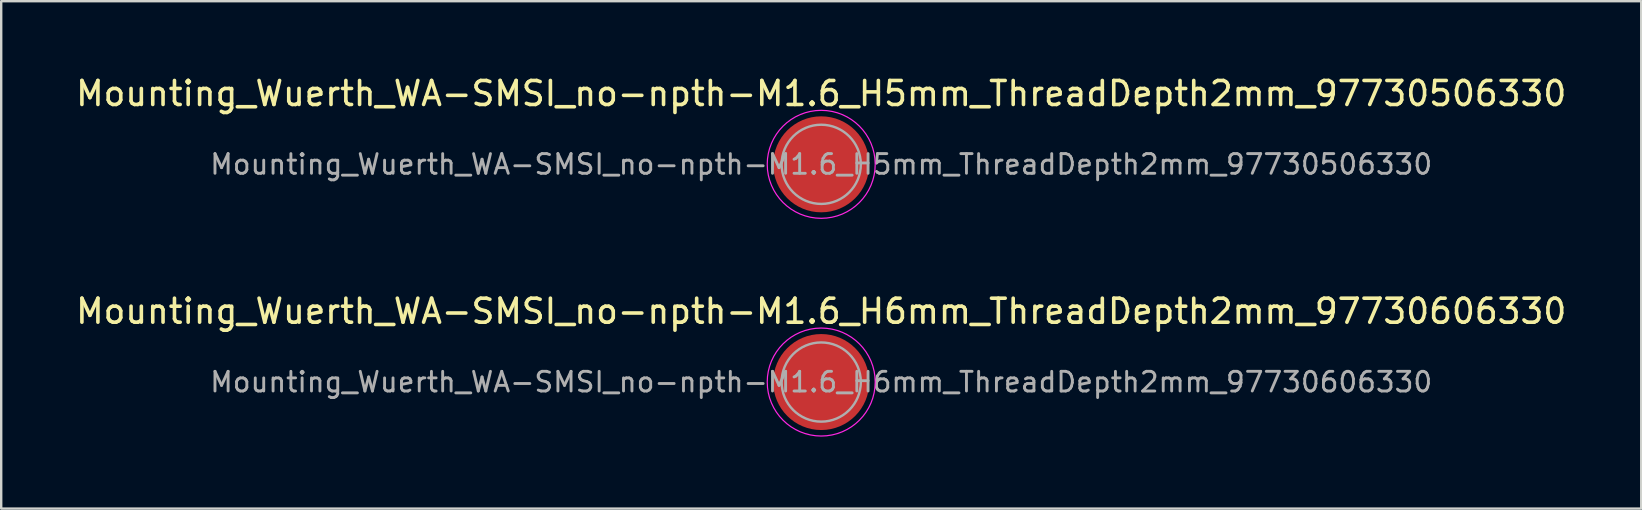
<source format=kicad_pcb>
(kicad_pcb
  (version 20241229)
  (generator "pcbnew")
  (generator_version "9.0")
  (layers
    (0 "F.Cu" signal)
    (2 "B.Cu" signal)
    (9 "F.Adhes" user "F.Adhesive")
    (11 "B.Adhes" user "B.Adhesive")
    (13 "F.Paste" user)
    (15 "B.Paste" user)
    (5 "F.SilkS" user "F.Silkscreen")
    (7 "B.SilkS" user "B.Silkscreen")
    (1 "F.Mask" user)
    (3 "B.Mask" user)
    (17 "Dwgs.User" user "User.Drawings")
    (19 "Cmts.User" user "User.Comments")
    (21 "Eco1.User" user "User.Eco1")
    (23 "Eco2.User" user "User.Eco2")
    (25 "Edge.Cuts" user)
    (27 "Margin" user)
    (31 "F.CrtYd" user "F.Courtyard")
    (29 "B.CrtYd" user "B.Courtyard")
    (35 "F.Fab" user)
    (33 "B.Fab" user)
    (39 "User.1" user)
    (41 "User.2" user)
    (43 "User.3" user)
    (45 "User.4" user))
  (footprint "Mounting_Wuerth_WA-SMSI_no-npth-M1.6_H6mm_ThreadDepth2mm_97730606330"
    (layer "F.Cu")
    (at 31.173 12.871)
    (property "Reference" "Mounting_Wuerth_WA-SMSI_no-npth-M1.6_H6mm_ThreadDepth2mm_97730606330" (at 0 -2.95 0) (layer "F.SilkS") (effects (font (size 1 1) (thickness 0.15))))
    (attr smd)
    (fp_circle (center 0 0) (end 2.25 0) (stroke (width 0.05) (type solid)) (fill no) (layer "F.CrtYd"))
    (fp_circle (center 0 0) (end 1.65 0) (stroke (width 0.1) (type solid)) (fill no) (layer "F.Fab"))
    (fp_text user "${REFERENCE}" (at 0 0 0) (layer "F.Fab") (effects (font (size 0.82 0.82) (thickness 0.12))))
    (pad "" smd custom (at -0.778 -0.778) (size 0.8 0.8) (layers "F.Paste") (options (anchor circle)) (primitives (gr_arc (start 0.465568 0.527817) (mid 0.494975 0.494974) (end 0.527818 0.465567) (width 0.2)) (gr_arc (start 0.344805 0.527817) (mid 0.424264 0.424264) (end 0.527818 0.344805) (width 0.2)) (gr_arc (start 0.232382 0.527817) (mid 0.353553 0.353553) (end 0.527817 0.232382) (width 0.2)) (gr_arc (start 0.123983 0.527817) (mid 0.282843 0.282842) (end 0.527818 0.123983) (width 0.2)) (gr_arc (start 0.017883 0.527817) (mid 0.212132 0.212132) (end 0.527817 0.017883) (width 0.2)) (gr_arc (start -0.086763 0.527817) (mid 0.141421 0.141421) (end 0.527817 -0.086763) (width 0.2)) (gr_arc (start -0.190428 0.527817) (mid 0.070711 0.070711) (end 0.527817 -0.190428) (width 0.2)) (gr_arc (start -0.293397 0.527817) (mid 0 0) (end 0.527817 -0.293397) (width 0.2)) (gr_arc (start -0.395852 0.527817) (mid -0.070711 -0.070711) (end 0.527817 -0.395852) (width 0.2)) (gr_arc (start -0.497918 0.527817) (mid -0.141422 -0.141422) (end 0.527817 -0.497918) (width 0.2)) (gr_arc (start -0.59968 0.527817) (mid -0.212132 -0.212132) (end 0.527817 -0.59968) (width 0.2)) (gr_arc (start -0.701202 0.527817) (mid -0.282843 -0.282843) (end 0.527817 -0.701202) (width 0.2)) (gr_arc (start -0.802531 0.527817) (mid -0.353554 -0.353554) (end 0.527817 -0.802531) (width 0.2)) (gr_arc (start -0.9037 0.527817) (mid -0.424264 -0.424264) (end 0.527817 -0.9037) (width 0.2)) (gr_arc (start -1.004737 0.527817) (mid -0.494975 -0.494975) (end 0.527817 -1.004737) (width 0.2)) (gr_line (start 0.528 0.466) (end 0.528 -1.005) (width 0.2)) (gr_line (start 0.466 0.528) (end -1.005 0.528) (width 0.2))))
    (pad "" smd custom (at -0.778 0.778) (size 0.8 0.8) (layers "F.Paste") (options (anchor circle)) (primitives (gr_arc (start 0.527817 -0.465568) (mid 0.494974 -0.494975) (end 0.465567 -0.527818) (width 0.2)) (gr_arc (start 0.527817 -0.344805) (mid 0.424264 -0.424264) (end 0.344805 -0.527818) (width 0.2)) (gr_arc (start 0.527817 -0.232382) (mid 0.353553 -0.353553) (end 0.232382 -0.527817) (width 0.2)) (gr_arc (start 0.527817 -0.123983) (mid 0.282842 -0.282843) (end 0.123983 -0.527818) (width 0.2)) (gr_arc (start 0.527817 -0.017883) (mid 0.212132 -0.212132) (end 0.017883 -0.527817) (width 0.2)) (gr_arc (start 0.527817 0.086763) (mid 0.141421 -0.141421) (end -0.086763 -0.527817) (width 0.2)) (gr_arc (start 0.527817 0.190428) (mid 0.070711 -0.070711) (end -0.190428 -0.527817) (width 0.2)) (gr_arc (start 0.527817 0.293397) (mid 0 0) (end -0.293397 -0.527817) (width 0.2)) (gr_arc (start 0.527817 0.395852) (mid -0.070711 0.070711) (end -0.395852 -0.527817) (width 0.2)) (gr_arc (start 0.527817 0.497918) (mid -0.141422 0.141422) (end -0.497918 -0.527817) (width 0.2)) (gr_arc (start 0.527817 0.59968) (mid -0.212132 0.212132) (end -0.59968 -0.527817) (width 0.2)) (gr_arc (start 0.527817 0.701202) (mid -0.282843 0.282843) (end -0.701202 -0.527817) (width 0.2)) (gr_arc (start 0.527817 0.802531) (mid -0.353554 0.353554) (end -0.802531 -0.527817) (width 0.2)) (gr_arc (start 0.527817 0.9037) (mid -0.424264 0.424264) (end -0.9037 -0.527817) (width 0.2)) (gr_arc (start 0.527817 1.004737) (mid -0.494975 0.494975) (end -1.004737 -0.527817) (width 0.2)) (gr_line (start 0.466 -0.528) (end -1.005 -0.528) (width 0.2)) (gr_line (start 0.528 -0.466) (end 0.528 1.005) (width 0.2))))
    (pad "" smd custom (at 0.778 -0.778) (size 0.8 0.8) (layers "F.Paste") (options (anchor circle)) (primitives (gr_arc (start -0.527817 0.465568) (mid -0.494974 0.494975) (end -0.465567 0.527818) (width 0.2)) (gr_arc (start -0.527817 0.344805) (mid -0.424264 0.424264) (end -0.344805 0.527818) (width 0.2)) (gr_arc (start -0.527817 0.232382) (mid -0.353553 0.353553) (end -0.232382 0.527817) (width 0.2)) (gr_arc (start -0.527817 0.123983) (mid -0.282842 0.282843) (end -0.123983 0.527818) (width 0.2)) (gr_arc (start -0.527817 0.017883) (mid -0.212132 0.212132) (end -0.017883 0.527817) (width 0.2)) (gr_arc (start -0.527817 -0.086763) (mid -0.141421 0.141421) (end 0.086763 0.527817) (width 0.2)) (gr_arc (start -0.527817 -0.190428) (mid -0.070711 0.070711) (end 0.190428 0.527817) (width 0.2)) (gr_arc (start -0.527817 -0.293397) (mid 0 0) (end 0.293397 0.527817) (width 0.2)) (gr_arc (start -0.527817 -0.395852) (mid 0.070711 -0.070711) (end 0.395852 0.527817) (width 0.2)) (gr_arc (start -0.527817 -0.497918) (mid 0.141422 -0.141422) (end 0.497918 0.527817) (width 0.2)) (gr_arc (start -0.527817 -0.59968) (mid 0.212132 -0.212132) (end 0.59968 0.527817) (width 0.2)) (gr_arc (start -0.527817 -0.701202) (mid 0.282843 -0.282843) (end 0.701202 0.527817) (width 0.2)) (gr_arc (start -0.527817 -0.802531) (mid 0.353554 -0.353554) (end 0.802531 0.527817) (width 0.2)) (gr_arc (start -0.527817 -0.9037) (mid 0.424264 -0.424264) (end 0.9037 0.527817) (width 0.2)) (gr_arc (start -0.527817 -1.004737) (mid 0.494975 -0.494975) (end 1.004737 0.527817) (width 0.2)) (gr_line (start -0.466 0.528) (end 1.005 0.528) (width 0.2)) (gr_line (start -0.528 0.466) (end -0.528 -1.005) (width 0.2))))
    (pad "" smd custom (at 0.778 0.778) (size 0.8 0.8) (layers "F.Paste") (options (anchor circle)) (primitives (gr_arc (start -0.465568 -0.527817) (mid -0.494975 -0.494974) (end -0.527818 -0.465567) (width 0.2)) (gr_arc (start -0.344805 -0.527817) (mid -0.424264 -0.424264) (end -0.527818 -0.344805) (width 0.2)) (gr_arc (start -0.232382 -0.527817) (mid -0.353553 -0.353553) (end -0.527817 -0.232382) (width 0.2)) (gr_arc (start -0.123983 -0.527817) (mid -0.282843 -0.282842) (end -0.527818 -0.123983) (width 0.2)) (gr_arc (start -0.017883 -0.527817) (mid -0.212132 -0.212132) (end -0.527817 -0.017883) (width 0.2)) (gr_arc (start 0.086763 -0.527817) (mid -0.141421 -0.141421) (end -0.527817 0.086763) (width 0.2)) (gr_arc (start 0.190428 -0.527817) (mid -0.070711 -0.070711) (end -0.527817 0.190428) (width 0.2)) (gr_arc (start 0.293397 -0.527817) (mid 0 0) (end -0.527817 0.293397) (width 0.2)) (gr_arc (start 0.395852 -0.527817) (mid 0.070711 0.070711) (end -0.527817 0.395852) (width 0.2)) (gr_arc (start 0.497918 -0.527817) (mid 0.141422 0.141422) (end -0.527817 0.497918) (width 0.2)) (gr_arc (start 0.59968 -0.527817) (mid 0.212132 0.212132) (end -0.527817 0.59968) (width 0.2)) (gr_arc (start 0.701202 -0.527817) (mid 0.282843 0.282843) (end -0.527817 0.701202) (width 0.2)) (gr_arc (start 0.802531 -0.527817) (mid 0.353554 0.353554) (end -0.527817 0.802531) (width 0.2)) (gr_arc (start 0.9037 -0.527817) (mid 0.424264 0.424264) (end -0.527817 0.9037) (width 0.2)) (gr_arc (start 1.004737 -0.527817) (mid 0.494975 0.494975) (end -0.527817 1.004737) (width 0.2)) (gr_line (start -0.528 -0.466) (end -0.528 1.005) (width 0.2)) (gr_line (start -0.466 -0.528) (end 1.005 -0.528) (width 0.2))))
    (pad "1" smd circle (at 0 0) (size 4 4) (layers "F.Cu" "F.Mask")))
  (footprint "Mounting_Wuerth_WA-SMSI_no-npth-M1.6_H5mm_ThreadDepth2mm_97730506330"
    (layer "F.Cu")
    (at 31.173 3.798)
    (property "Reference" "Mounting_Wuerth_WA-SMSI_no-npth-M1.6_H5mm_ThreadDepth2mm_97730506330" (at 0 -2.95 0) (layer "F.SilkS") (effects (font (size 1 1) (thickness 0.15))))
    (attr smd)
    (fp_circle (center 0 0) (end 2.25 0) (stroke (width 0.05) (type solid)) (fill no) (layer "F.CrtYd"))
    (fp_circle (center 0 0) (end 1.65 0) (stroke (width 0.1) (type solid)) (fill no) (layer "F.Fab"))
    (fp_text user "${REFERENCE}" (at 0 0 0) (layer "F.Fab") (effects (font (size 0.82 0.82) (thickness 0.12))))
    (pad "" smd custom (at -0.778 -0.778) (size 0.8 0.8) (layers "F.Paste") (options (anchor circle)) (primitives (gr_arc (start 0.465568 0.527817) (mid 0.494975 0.494974) (end 0.527818 0.465567) (width 0.2)) (gr_arc (start 0.344805 0.527817) (mid 0.424264 0.424264) (end 0.527818 0.344805) (width 0.2)) (gr_arc (start 0.232382 0.527817) (mid 0.353553 0.353553) (end 0.527817 0.232382) (width 0.2)) (gr_arc (start 0.123983 0.527817) (mid 0.282843 0.282842) (end 0.527818 0.123983) (width 0.2)) (gr_arc (start 0.017883 0.527817) (mid 0.212132 0.212132) (end 0.527817 0.017883) (width 0.2)) (gr_arc (start -0.086763 0.527817) (mid 0.141421 0.141421) (end 0.527817 -0.086763) (width 0.2)) (gr_arc (start -0.190428 0.527817) (mid 0.070711 0.070711) (end 0.527817 -0.190428) (width 0.2)) (gr_arc (start -0.293397 0.527817) (mid 0 0) (end 0.527817 -0.293397) (width 0.2)) (gr_arc (start -0.395852 0.527817) (mid -0.070711 -0.070711) (end 0.527817 -0.395852) (width 0.2)) (gr_arc (start -0.497918 0.527817) (mid -0.141422 -0.141422) (end 0.527817 -0.497918) (width 0.2)) (gr_arc (start -0.59968 0.527817) (mid -0.212132 -0.212132) (end 0.527817 -0.59968) (width 0.2)) (gr_arc (start -0.701202 0.527817) (mid -0.282843 -0.282843) (end 0.527817 -0.701202) (width 0.2)) (gr_arc (start -0.802531 0.527817) (mid -0.353554 -0.353554) (end 0.527817 -0.802531) (width 0.2)) (gr_arc (start -0.9037 0.527817) (mid -0.424264 -0.424264) (end 0.527817 -0.9037) (width 0.2)) (gr_arc (start -1.004737 0.527817) (mid -0.494975 -0.494975) (end 0.527817 -1.004737) (width 0.2)) (gr_line (start 0.528 0.466) (end 0.528 -1.005) (width 0.2)) (gr_line (start 0.466 0.528) (end -1.005 0.528) (width 0.2))))
    (pad "" smd custom (at -0.778 0.778) (size 0.8 0.8) (layers "F.Paste") (options (anchor circle)) (primitives (gr_arc (start 0.527817 -0.465568) (mid 0.494974 -0.494975) (end 0.465567 -0.527818) (width 0.2)) (gr_arc (start 0.527817 -0.344805) (mid 0.424264 -0.424264) (end 0.344805 -0.527818) (width 0.2)) (gr_arc (start 0.527817 -0.232382) (mid 0.353553 -0.353553) (end 0.232382 -0.527817) (width 0.2)) (gr_arc (start 0.527817 -0.123983) (mid 0.282842 -0.282843) (end 0.123983 -0.527818) (width 0.2)) (gr_arc (start 0.527817 -0.017883) (mid 0.212132 -0.212132) (end 0.017883 -0.527817) (width 0.2)) (gr_arc (start 0.527817 0.086763) (mid 0.141421 -0.141421) (end -0.086763 -0.527817) (width 0.2)) (gr_arc (start 0.527817 0.190428) (mid 0.070711 -0.070711) (end -0.190428 -0.527817) (width 0.2)) (gr_arc (start 0.527817 0.293397) (mid 0 0) (end -0.293397 -0.527817) (width 0.2)) (gr_arc (start 0.527817 0.395852) (mid -0.070711 0.070711) (end -0.395852 -0.527817) (width 0.2)) (gr_arc (start 0.527817 0.497918) (mid -0.141422 0.141422) (end -0.497918 -0.527817) (width 0.2)) (gr_arc (start 0.527817 0.59968) (mid -0.212132 0.212132) (end -0.59968 -0.527817) (width 0.2)) (gr_arc (start 0.527817 0.701202) (mid -0.282843 0.282843) (end -0.701202 -0.527817) (width 0.2)) (gr_arc (start 0.527817 0.802531) (mid -0.353554 0.353554) (end -0.802531 -0.527817) (width 0.2)) (gr_arc (start 0.527817 0.9037) (mid -0.424264 0.424264) (end -0.9037 -0.527817) (width 0.2)) (gr_arc (start 0.527817 1.004737) (mid -0.494975 0.494975) (end -1.004737 -0.527817) (width 0.2)) (gr_line (start 0.466 -0.528) (end -1.005 -0.528) (width 0.2)) (gr_line (start 0.528 -0.466) (end 0.528 1.005) (width 0.2))))
    (pad "" smd custom (at 0.778 -0.778) (size 0.8 0.8) (layers "F.Paste") (options (anchor circle)) (primitives (gr_arc (start -0.527817 0.465568) (mid -0.494974 0.494975) (end -0.465567 0.527818) (width 0.2)) (gr_arc (start -0.527817 0.344805) (mid -0.424264 0.424264) (end -0.344805 0.527818) (width 0.2)) (gr_arc (start -0.527817 0.232382) (mid -0.353553 0.353553) (end -0.232382 0.527817) (width 0.2)) (gr_arc (start -0.527817 0.123983) (mid -0.282842 0.282843) (end -0.123983 0.527818) (width 0.2)) (gr_arc (start -0.527817 0.017883) (mid -0.212132 0.212132) (end -0.017883 0.527817) (width 0.2)) (gr_arc (start -0.527817 -0.086763) (mid -0.141421 0.141421) (end 0.086763 0.527817) (width 0.2)) (gr_arc (start -0.527817 -0.190428) (mid -0.070711 0.070711) (end 0.190428 0.527817) (width 0.2)) (gr_arc (start -0.527817 -0.293397) (mid 0 0) (end 0.293397 0.527817) (width 0.2)) (gr_arc (start -0.527817 -0.395852) (mid 0.070711 -0.070711) (end 0.395852 0.527817) (width 0.2)) (gr_arc (start -0.527817 -0.497918) (mid 0.141422 -0.141422) (end 0.497918 0.527817) (width 0.2)) (gr_arc (start -0.527817 -0.59968) (mid 0.212132 -0.212132) (end 0.59968 0.527817) (width 0.2)) (gr_arc (start -0.527817 -0.701202) (mid 0.282843 -0.282843) (end 0.701202 0.527817) (width 0.2)) (gr_arc (start -0.527817 -0.802531) (mid 0.353554 -0.353554) (end 0.802531 0.527817) (width 0.2)) (gr_arc (start -0.527817 -0.9037) (mid 0.424264 -0.424264) (end 0.9037 0.527817) (width 0.2)) (gr_arc (start -0.527817 -1.004737) (mid 0.494975 -0.494975) (end 1.004737 0.527817) (width 0.2)) (gr_line (start -0.466 0.528) (end 1.005 0.528) (width 0.2)) (gr_line (start -0.528 0.466) (end -0.528 -1.005) (width 0.2))))
    (pad "" smd custom (at 0.778 0.778) (size 0.8 0.8) (layers "F.Paste") (options (anchor circle)) (primitives (gr_arc (start -0.465568 -0.527817) (mid -0.494975 -0.494974) (end -0.527818 -0.465567) (width 0.2)) (gr_arc (start -0.344805 -0.527817) (mid -0.424264 -0.424264) (end -0.527818 -0.344805) (width 0.2)) (gr_arc (start -0.232382 -0.527817) (mid -0.353553 -0.353553) (end -0.527817 -0.232382) (width 0.2)) (gr_arc (start -0.123983 -0.527817) (mid -0.282843 -0.282842) (end -0.527818 -0.123983) (width 0.2)) (gr_arc (start -0.017883 -0.527817) (mid -0.212132 -0.212132) (end -0.527817 -0.017883) (width 0.2)) (gr_arc (start 0.086763 -0.527817) (mid -0.141421 -0.141421) (end -0.527817 0.086763) (width 0.2)) (gr_arc (start 0.190428 -0.527817) (mid -0.070711 -0.070711) (end -0.527817 0.190428) (width 0.2)) (gr_arc (start 0.293397 -0.527817) (mid 0 0) (end -0.527817 0.293397) (width 0.2)) (gr_arc (start 0.395852 -0.527817) (mid 0.070711 0.070711) (end -0.527817 0.395852) (width 0.2)) (gr_arc (start 0.497918 -0.527817) (mid 0.141422 0.141422) (end -0.527817 0.497918) (width 0.2)) (gr_arc (start 0.59968 -0.527817) (mid 0.212132 0.212132) (end -0.527817 0.59968) (width 0.2)) (gr_arc (start 0.701202 -0.527817) (mid 0.282843 0.282843) (end -0.527817 0.701202) (width 0.2)) (gr_arc (start 0.802531 -0.527817) (mid 0.353554 0.353554) (end -0.527817 0.802531) (width 0.2)) (gr_arc (start 0.9037 -0.527817) (mid 0.424264 0.424264) (end -0.527817 0.9037) (width 0.2)) (gr_arc (start 1.004737 -0.527817) (mid 0.494975 0.494975) (end -0.527817 1.004737) (width 0.2)) (gr_line (start -0.528 -0.466) (end -0.528 1.005) (width 0.2)) (gr_line (start -0.466 -0.528) (end 1.005 -0.528) (width 0.2))))
    (pad "1" smd circle (at 0 0) (size 4 4) (layers "F.Cu" "F.Mask")))
  (gr_rect
    (start -3 -3)
    (end 65.345 18.146)
    (stroke (width 0.1) (type default))
    (fill no)
    (layer "Edge.Cuts")))
</source>
